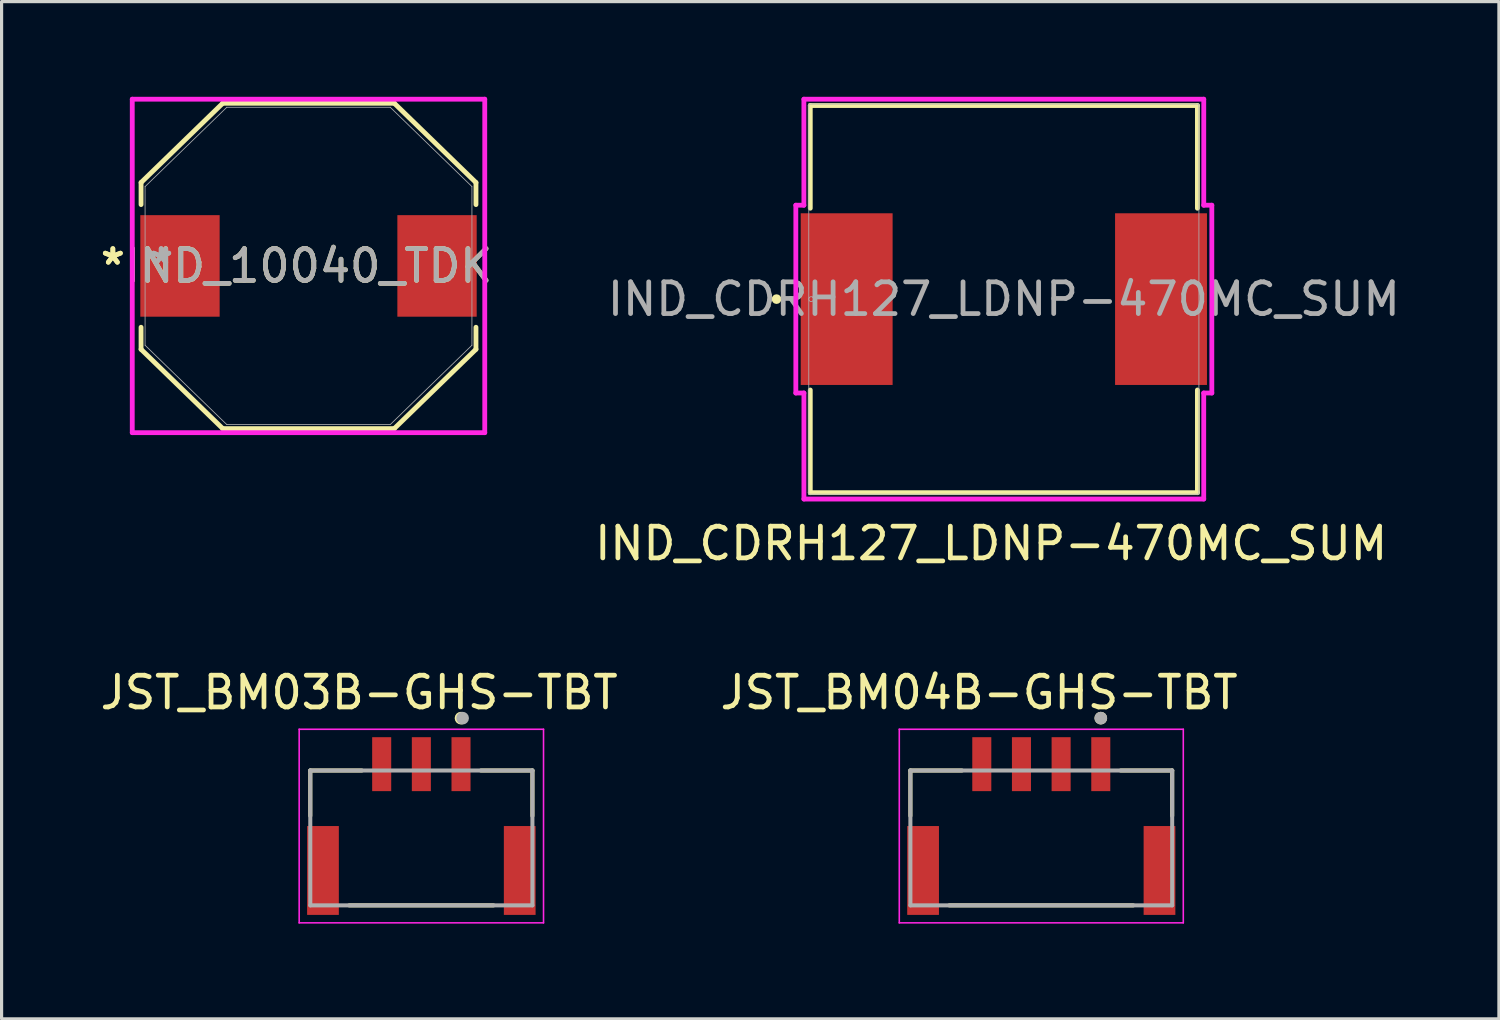
<source format=kicad_pcb>
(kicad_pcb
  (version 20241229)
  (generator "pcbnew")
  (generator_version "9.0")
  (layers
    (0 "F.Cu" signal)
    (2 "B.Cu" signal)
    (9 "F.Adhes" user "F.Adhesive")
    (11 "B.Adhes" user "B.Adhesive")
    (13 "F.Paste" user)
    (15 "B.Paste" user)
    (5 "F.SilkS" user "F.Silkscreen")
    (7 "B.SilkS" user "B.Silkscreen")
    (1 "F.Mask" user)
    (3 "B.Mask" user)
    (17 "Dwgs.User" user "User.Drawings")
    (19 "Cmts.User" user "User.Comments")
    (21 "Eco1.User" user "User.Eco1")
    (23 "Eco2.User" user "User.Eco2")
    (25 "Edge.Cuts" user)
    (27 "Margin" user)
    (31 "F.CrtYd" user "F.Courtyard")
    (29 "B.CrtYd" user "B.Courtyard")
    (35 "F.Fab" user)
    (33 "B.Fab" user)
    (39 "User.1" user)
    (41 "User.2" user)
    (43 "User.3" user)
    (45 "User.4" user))
  (footprint "IND_CDRH127_LDNP-470MC_SUM"
    (layer "F.Cu")
    (at 28.584 6.376)
    (property "Reference" "IND_CDRH127_LDNP-470MC_SUM" (at -0.4 7.7 0) (unlocked yes) (layer "F.SilkS") (effects (font (size 1 1) (thickness 0.15))))
    (attr smd)
    (fp_line (start -6.1 -6.1) (end -6.1 -2.864) (stroke (width 0.152) (type solid)) (layer "F.SilkS"))
    (fp_line (start -6.1 6.1) (end -6.1 2.864) (stroke (width 0.152) (type solid)) (layer "F.SilkS"))
    (fp_line (start 6.1 -6.1) (end -6.1 -6.1) (stroke (width 0.152) (type solid)) (layer "F.SilkS"))
    (fp_line (start 6.1 -2.864) (end 6.1 -6.1) (stroke (width 0.152) (type solid)) (layer "F.SilkS"))
    (fp_line (start 6.1 2.864) (end 6.1 6.1) (stroke (width 0.152) (type solid)) (layer "F.SilkS"))
    (fp_line (start 6.1 6.1) (end -6.1 6.1) (stroke (width 0.152) (type solid)) (layer "F.SilkS"))
    (fp_circle (center -7.163 0) (end -7.087 0) (stroke (width 0.152) (type solid)) (fill no) (layer "F.SilkS"))
    (fp_line (start -6.555 -2.959) (end -6.301 -2.959) (stroke (width 0.152) (type solid)) (layer "F.CrtYd"))
    (fp_line (start -6.555 2.959) (end -6.555 -2.959) (stroke (width 0.152) (type solid)) (layer "F.CrtYd"))
    (fp_line (start -6.301 -2.959) (end -6.301 -6.3) (stroke (width 0.152) (type solid)) (layer "F.CrtYd"))
    (fp_line (start -6.3 -6.3) (end 6.3 -6.3) (stroke (width 0.152) (type solid)) (layer "F.CrtYd"))
    (fp_line (start -6.3 2.959) (end -6.555 2.959) (stroke (width 0.152) (type solid)) (layer "F.CrtYd"))
    (fp_line (start -6.3 6.3) (end -6.3 2.959) (stroke (width 0.152) (type solid)) (layer "F.CrtYd"))
    (fp_line (start -6.3 6.3) (end 6.3 6.3) (stroke (width 0.152) (type solid)) (layer "F.CrtYd"))
    (fp_line (start 6.299 2.959) (end 6.554 2.959) (stroke (width 0.152) (type solid)) (layer "F.CrtYd"))
    (fp_line (start 6.299 6.3) (end 6.299 2.959) (stroke (width 0.152) (type solid)) (layer "F.CrtYd"))
    (fp_line (start 6.3 -2.959) (end 6.3 -6.3) (stroke (width 0.152) (type solid)) (layer "F.CrtYd"))
    (fp_line (start 6.554 -2.959) (end 6.3 -2.959) (stroke (width 0.152) (type solid)) (layer "F.CrtYd"))
    (fp_line (start 6.554 2.959) (end 6.554 -2.959) (stroke (width 0.152) (type solid)) (layer "F.CrtYd"))
    (fp_line (start -6.147 -6.147) (end -6.147 6.147) (stroke (width 0.025) (type solid)) (layer "F.Fab"))
    (fp_line (start -6.147 6.147) (end 6.147 6.147) (stroke (width 0.025) (type solid)) (layer "F.Fab"))
    (fp_line (start 6.147 -6.147) (end -6.147 -6.147) (stroke (width 0.025) (type solid)) (layer "F.Fab"))
    (fp_line (start 6.147 6.147) (end 6.147 -6.147) (stroke (width 0.025) (type solid)) (layer "F.Fab"))
    (fp_circle (center -6.071 0) (end -5.994 0) (stroke (width 0.025) (type solid)) (fill no) (layer "F.Fab"))
    (fp_text user "${REFERENCE}" (at 0 0 0) (unlocked yes) (layer "F.Fab") (effects (font (size 1 1) (thickness 0.15))))
    (pad "1" smd rect (at -4.953 0) (size 2.896 5.41) (layers "F.Cu" "F.Mask" "F.Paste"))
    (pad "2" smd rect (at 4.953 0) (size 2.896 5.41) (layers "F.Cu" "F.Mask" "F.Paste")))
  (footprint "IND_10040_TDK"
    (layer "F.Cu")
    (at 6.672 5.33)
    (property "Reference" "IND_10040_TDK" (at 0 0 0) (unlocked yes) (layer "F.SilkS") (effects (font (size 1 1) (thickness 0.15))))
    (attr smd)
    (fp_line (start -5.277 -2.627) (end -5.277 -1.933) (stroke (width 0.152) (type solid)) (layer "F.SilkS"))
    (fp_line (start -5.277 1.933) (end -5.277 2.627) (stroke (width 0.152) (type solid)) (layer "F.SilkS"))
    (fp_line (start -5.277 2.627) (end -2.702 5.127) (stroke (width 0.152) (type solid)) (layer "F.SilkS"))
    (fp_line (start -2.702 -5.127) (end -5.277 -2.627) (stroke (width 0.152) (type solid)) (layer "F.SilkS"))
    (fp_line (start -2.702 5.127) (end 2.702 5.127) (stroke (width 0.152) (type solid)) (layer "F.SilkS"))
    (fp_line (start 2.702 -5.127) (end -2.702 -5.127) (stroke (width 0.152) (type solid)) (layer "F.SilkS"))
    (fp_line (start 2.702 5.127) (end 5.277 2.627) (stroke (width 0.152) (type solid)) (layer "F.SilkS"))
    (fp_line (start 5.277 -2.627) (end 2.702 -5.127) (stroke (width 0.152) (type solid)) (layer "F.SilkS"))
    (fp_line (start 5.277 -1.933) (end 5.277 -2.627) (stroke (width 0.152) (type solid)) (layer "F.SilkS"))
    (fp_line (start 5.277 2.627) (end 5.277 1.933) (stroke (width 0.152) (type solid)) (layer "F.SilkS"))
    (fp_line (start -5.554 -5.254) (end 5.554 -5.254) (stroke (width 0.152) (type solid)) (layer "F.CrtYd"))
    (fp_line (start -5.554 5.254) (end -5.554 -5.254) (stroke (width 0.152) (type solid)) (layer "F.CrtYd"))
    (fp_line (start 5.554 -5.254) (end 5.554 5.254) (stroke (width 0.152) (type solid)) (layer "F.CrtYd"))
    (fp_line (start 5.554 5.254) (end -5.554 5.254) (stroke (width 0.152) (type solid)) (layer "F.CrtYd"))
    (fp_line (start -5.15 -2.5) (end -5.15 2.5) (stroke (width 0.025) (type solid)) (layer "F.Fab"))
    (fp_line (start -5.15 2.5) (end -2.575 5) (stroke (width 0.025) (type solid)) (layer "F.Fab"))
    (fp_line (start -2.575 -5) (end -5.15 -2.5) (stroke (width 0.025) (type solid)) (layer "F.Fab"))
    (fp_line (start -2.575 5) (end 2.575 5) (stroke (width 0.025) (type solid)) (layer "F.Fab"))
    (fp_line (start 2.575 -5) (end -2.575 -5) (stroke (width 0.025) (type solid)) (layer "F.Fab"))
    (fp_line (start 2.575 5) (end 5.15 2.5) (stroke (width 0.025) (type solid)) (layer "F.Fab"))
    (fp_line (start 5.15 -2.5) (end 2.575 -5) (stroke (width 0.025) (type solid)) (layer "F.Fab"))
    (fp_line (start 5.15 2.5) (end 5.15 -2.5) (stroke (width 0.025) (type solid)) (layer "F.Fab"))
    (fp_text user "*" (at -6.166 0 0) (unlocked yes) (layer "F.SilkS") (effects (font (size 1 1) (thickness 0.15))))
    (fp_text user "*" (at -6.166 0 0) (layer "F.SilkS") (effects (font (size 1 1) (thickness 0.15))))
    (fp_text user "${REFERENCE}" (at 0 0 0) (unlocked yes) (layer "F.Fab") (effects (font (size 1 1) (thickness 0.15))))
    (fp_text user "*" (at -4.642 0 0) (unlocked yes) (layer "F.Fab") (effects (font (size 1 1) (thickness 0.15))))
    (fp_text user "*" (at -4.642 0 0) (layer "F.Fab") (effects (font (size 1 1) (thickness 0.15))))
    (pad "1" smd rect (at -4.05 0) (size 2.5 3.2) (layers "F.Cu" "F.Mask" "F.Paste"))
    (pad "2" smd rect (at 4.05 0) (size 2.5 3.2) (layers "F.Cu" "F.Mask" "F.Paste")))
  (footprint "JST_BM04B-GHS-TBT"
    (layer "F.Cu")
    (at 29.764 24.381)
    (property "Reference" "JST_BM04B-GHS-TBT" (at -1.96 -5.608 0) (layer "F.SilkS") (effects (font (size 1 1) (thickness 0.15))))
    (attr smd)
    (fp_line (start -4.125 -3.15) (end -2.5 -3.15) (stroke (width 0.127) (type solid)) (layer "F.SilkS"))
    (fp_line (start -4.125 -1.72) (end -4.125 -3.15) (stroke (width 0.127) (type solid)) (layer "F.SilkS"))
    (fp_line (start -2.9 1.1) (end 2.9 1.1) (stroke (width 0.127) (type solid)) (layer "F.SilkS"))
    (fp_line (start 2.5 -3.15) (end 4.125 -3.15) (stroke (width 0.127) (type solid)) (layer "F.SilkS"))
    (fp_line (start 4.125 -1.72) (end 4.125 -3.15) (stroke (width 0.127) (type solid)) (layer "F.SilkS"))
    (fp_circle (center 1.875 -4.8) (end 1.975 -4.8) (stroke (width 0.2) (type solid)) (fill no) (layer "F.SilkS"))
    (fp_line (start -4.475 -4.45) (end 4.475 -4.45) (stroke (width 0.05) (type solid)) (layer "F.CrtYd"))
    (fp_line (start -4.475 1.65) (end -4.475 -4.45) (stroke (width 0.05) (type solid)) (layer "F.CrtYd"))
    (fp_line (start 4.475 -4.45) (end 4.475 1.65) (stroke (width 0.05) (type solid)) (layer "F.CrtYd"))
    (fp_line (start 4.475 1.65) (end -4.475 1.65) (stroke (width 0.05) (type solid)) (layer "F.CrtYd"))
    (fp_line (start -4.125 -3.15) (end 4.125 -3.15) (stroke (width 0.127) (type solid)) (layer "F.Fab"))
    (fp_line (start -4.125 1.1) (end -4.125 -3.15) (stroke (width 0.127) (type solid)) (layer "F.Fab"))
    (fp_line (start 4.125 -3.15) (end 4.125 1.1) (stroke (width 0.127) (type solid)) (layer "F.Fab"))
    (fp_line (start 4.125 1.1) (end -4.125 1.1) (stroke (width 0.127) (type solid)) (layer "F.Fab"))
    (fp_circle (center 1.875 -4.8) (end 1.975 -4.8) (stroke (width 0.2) (type solid)) (fill no) (layer "F.Fab"))
    (pad "1" smd rect (at 1.875 -3.35 90) (size 1.7 0.6) (layers "F.Cu" "F.Mask" "F.Paste"))
    (pad "2" smd rect (at 0.625 -3.35 90) (size 1.7 0.6) (layers "F.Cu" "F.Mask" "F.Paste"))
    (pad "3" smd rect (at -0.625 -3.35 90) (size 1.7 0.6) (layers "F.Cu" "F.Mask" "F.Paste"))
    (pad "4" smd rect (at -1.875 -3.35 90) (size 1.7 0.6) (layers "F.Cu" "F.Mask" "F.Paste"))
    (pad "S1" smd rect (at -3.725 0 270) (size 2.8 1) (layers "F.Cu" "F.Mask" "F.Paste"))
    (pad "S2" smd rect (at 3.725 0 270) (size 2.8 1) (layers "F.Cu" "F.Mask" "F.Paste")))
  (footprint "JST_BM03B-GHS-TBT"
    (layer "F.Cu")
    (at 10.228 24.381)
    (property "Reference" "JST_BM03B-GHS-TBT" (at -1.96 -5.608 0) (layer "F.SilkS") (effects (font (size 1 1) (thickness 0.15))))
    (attr smd)
    (fp_line (start -3.5 -3.15) (end -1.875 -3.15) (stroke (width 0.127) (type solid)) (layer "F.SilkS"))
    (fp_line (start -3.5 -1.72) (end -3.5 -3.15) (stroke (width 0.127) (type solid)) (layer "F.SilkS"))
    (fp_line (start -2.275 1.1) (end 2.275 1.1) (stroke (width 0.127) (type solid)) (layer "F.SilkS"))
    (fp_line (start 1.875 -3.15) (end 3.5 -3.15) (stroke (width 0.127) (type solid)) (layer "F.SilkS"))
    (fp_line (start 3.5 -1.72) (end 3.5 -3.15) (stroke (width 0.127) (type solid)) (layer "F.SilkS"))
    (fp_circle (center 1.25 -4.8) (end 1.35 -4.8) (stroke (width 0.2) (type solid)) (fill no) (layer "F.SilkS"))
    (fp_line (start -3.85 -4.45) (end 3.85 -4.45) (stroke (width 0.05) (type solid)) (layer "F.CrtYd"))
    (fp_line (start -3.85 1.65) (end -3.85 -4.45) (stroke (width 0.05) (type solid)) (layer "F.CrtYd"))
    (fp_line (start 3.85 -4.45) (end 3.85 1.65) (stroke (width 0.05) (type solid)) (layer "F.CrtYd"))
    (fp_line (start 3.85 1.65) (end -3.85 1.65) (stroke (width 0.05) (type solid)) (layer "F.CrtYd"))
    (fp_line (start -3.5 -3.15) (end 3.5 -3.15) (stroke (width 0.127) (type solid)) (layer "F.Fab"))
    (fp_line (start -3.5 1.1) (end -3.5 -3.15) (stroke (width 0.127) (type solid)) (layer "F.Fab"))
    (fp_line (start 3.5 -3.15) (end 3.5 1.1) (stroke (width 0.127) (type solid)) (layer "F.Fab"))
    (fp_line (start 3.5 1.1) (end -3.5 1.1) (stroke (width 0.127) (type solid)) (layer "F.Fab"))
    (fp_circle (center 1.3 -4.8) (end 1.4 -4.8) (stroke (width 0.2) (type solid)) (fill no) (layer "F.Fab"))
    (pad "1" smd rect (at 1.25 -3.35 90) (size 1.7 0.6) (layers "F.Cu" "F.Mask" "F.Paste"))
    (pad "2" smd rect (at 0 -3.35 90) (size 1.7 0.6) (layers "F.Cu" "F.Mask" "F.Paste"))
    (pad "3" smd rect (at -1.25 -3.35 90) (size 1.7 0.6) (layers "F.Cu" "F.Mask" "F.Paste"))
    (pad "S1" smd rect (at -3.1 0 270) (size 2.8 1) (layers "F.Cu" "F.Mask" "F.Paste"))
    (pad "S2" smd rect (at 3.1 0 270) (size 2.8 1) (layers "F.Cu" "F.Mask" "F.Paste")))
  (gr_rect
    (start -3 -3)
    (end 44.185 29.056)
    (stroke (width 0.1) (type default))
    (fill no)
    (layer "Edge.Cuts")))
</source>
